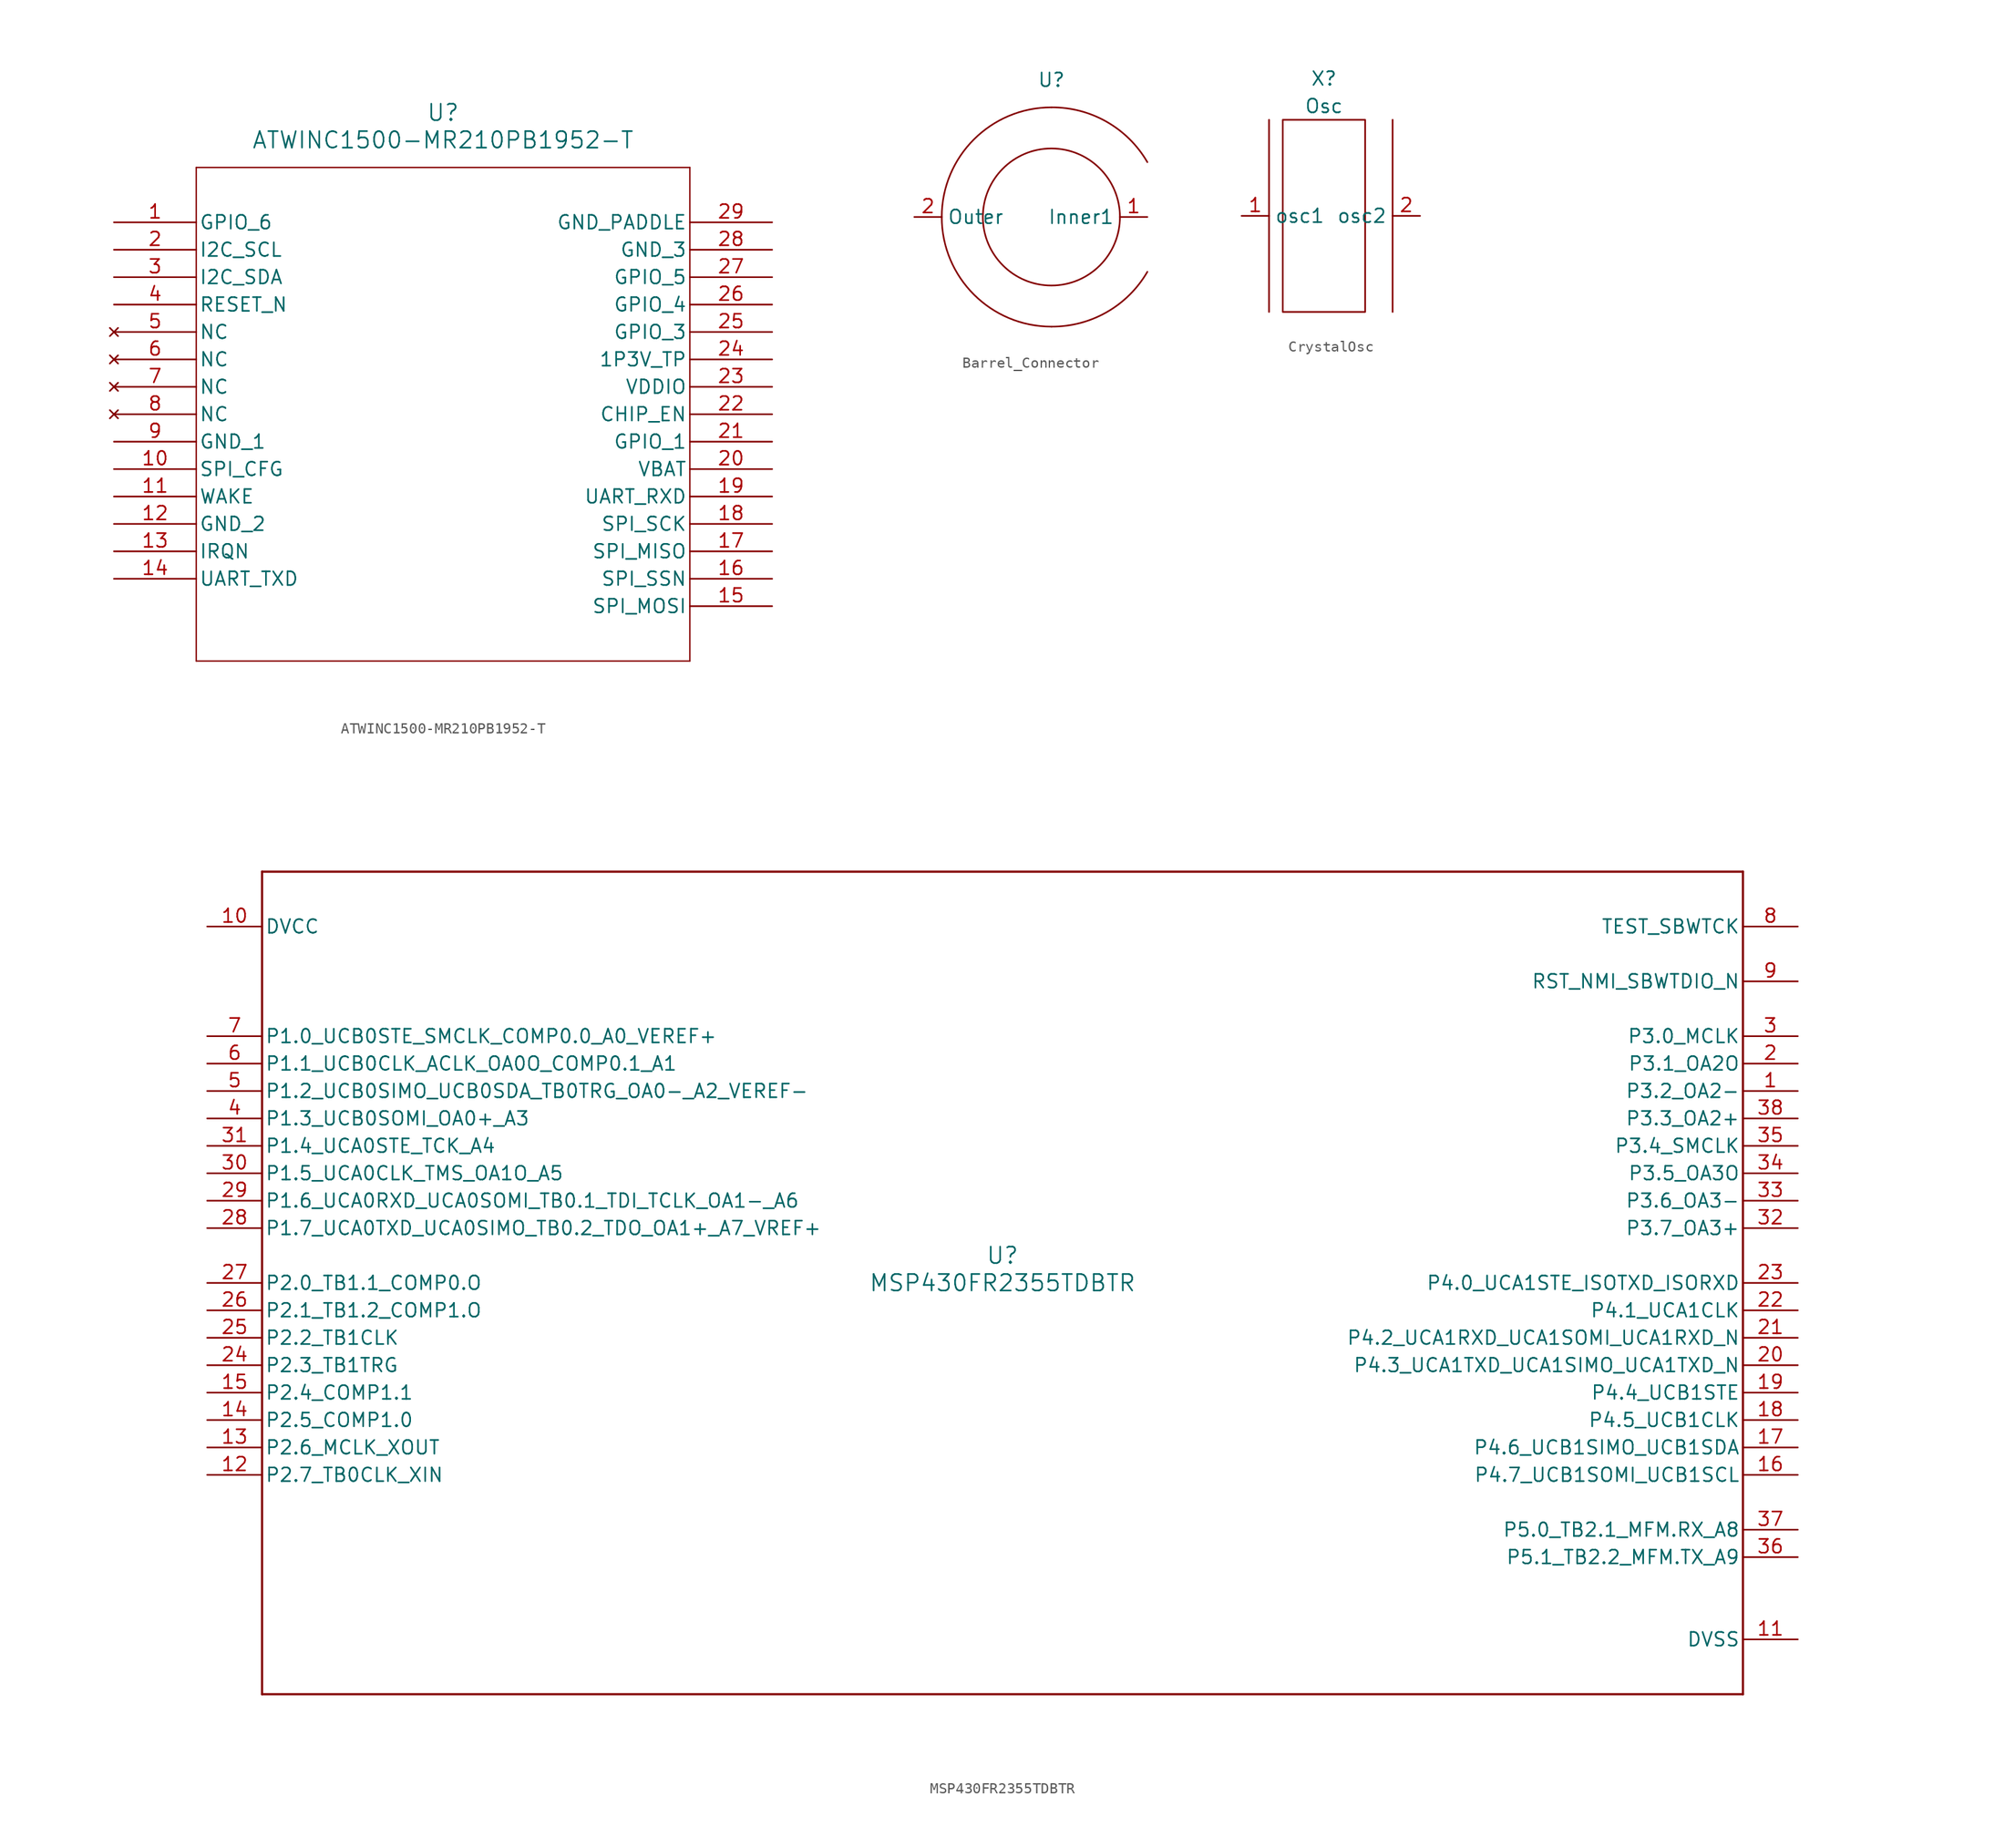
<source format=kicad_sym>
(kicad_symbol_lib
  (version 20220914)
  (generator kicad_symbol_editor)
  (symbol "ATWINC1500-MR210PB1952-T"
    (pin_names
      (offset 0.254))
    (property "Reference" "U"
      (at 30.48 10.16 0)
      (effects (font (size 1.524 1.524))))
    (property "Value" "ATWINC1500-MR210PB1952-T"
      (at 30.48 7.62 0)
      (effects (font (size 1.524 1.524))))
    (symbol "ATWINC1500-MR210PB1952-T_0_1"
      (polyline (pts (xy 7.62 -40.64) (xy 53.34 -40.64)) (stroke (width 0.127) (type default)) (fill (type none)))
      (polyline (pts (xy 7.62 5.08) (xy 7.62 -40.64)) (stroke (width 0.127) (type default)) (fill (type none)))
      (polyline (pts (xy 53.34 -40.64) (xy 53.34 5.08)) (stroke (width 0.127) (type default)) (fill (type none)))
      (polyline (pts (xy 53.34 5.08) (xy 7.62 5.08)) (stroke (width 0.127) (type default)) (fill (type none)))
      (pin bidirectional line (at 0 0 0) (length 7.62) (name "GPIO_6" (effects (font (size 1.27 1.27)))) (number "1" (effects (font (size 1.27 1.27)))))
      (pin input line (at 0 -22.86 0) (length 7.62) (name "SPI_CFG" (effects (font (size 1.27 1.27)))) (number "10" (effects (font (size 1.27 1.27)))))
      (pin input line (at 0 -25.4 0) (length 7.62) (name "WAKE" (effects (font (size 1.27 1.27)))) (number "11" (effects (font (size 1.27 1.27)))))
      (pin power_out line (at 0 -27.94 0) (length 7.62) (name "GND_2" (effects (font (size 1.27 1.27)))) (number "12" (effects (font (size 1.27 1.27)))))
      (pin output line (at 0 -30.48 0) (length 7.62) (name "IRQN" (effects (font (size 1.27 1.27)))) (number "13" (effects (font (size 1.27 1.27)))))
      (pin output line (at 0 -33.02 0) (length 7.62) (name "UART_TXD" (effects (font (size 1.27 1.27)))) (number "14" (effects (font (size 1.27 1.27)))))
      (pin input line (at 60.96 -35.56 180) (length 7.62) (name "SPI_MOSI" (effects (font (size 1.27 1.27)))) (number "15" (effects (font (size 1.27 1.27)))))
      (pin input line (at 60.96 -33.02 180) (length 7.62) (name "SPI_SSN" (effects (font (size 1.27 1.27)))) (number "16" (effects (font (size 1.27 1.27)))))
      (pin output line (at 60.96 -30.48 180) (length 7.62) (name "SPI_MISO" (effects (font (size 1.27 1.27)))) (number "17" (effects (font (size 1.27 1.27)))))
      (pin input line (at 60.96 -27.94 180) (length 7.62) (name "SPI_SCK" (effects (font (size 1.27 1.27)))) (number "18" (effects (font (size 1.27 1.27)))))
      (pin input line (at 60.96 -25.4 180) (length 7.62) (name "UART_RXD" (effects (font (size 1.27 1.27)))) (number "19" (effects (font (size 1.27 1.27)))))
      (pin bidirectional line (at 0 -2.54 0) (length 7.62) (name "I2C_SCL" (effects (font (size 1.27 1.27)))) (number "2" (effects (font (size 1.27 1.27)))))
      (pin power_in line (at 60.96 -22.86 180) (length 7.62) (name "VBAT" (effects (font (size 1.27 1.27)))) (number "20" (effects (font (size 1.27 1.27)))))
      (pin bidirectional line (at 60.96 -20.32 180) (length 7.62) (name "GPIO_1" (effects (font (size 1.27 1.27)))) (number "21" (effects (font (size 1.27 1.27)))))
      (pin input line (at 60.96 -17.78 180) (length 7.62) (name "CHIP_EN" (effects (font (size 1.27 1.27)))) (number "22" (effects (font (size 1.27 1.27)))))
      (pin power_in line (at 60.96 -15.24 180) (length 7.62) (name "VDDIO" (effects (font (size 1.27 1.27)))) (number "23" (effects (font (size 1.27 1.27)))))
      (pin unspecified line (at 60.96 -12.7 180) (length 7.62) (name "1P3V_TP" (effects (font (size 1.27 1.27)))) (number "24" (effects (font (size 1.27 1.27)))))
      (pin bidirectional line (at 60.96 -10.16 180) (length 7.62) (name "GPIO_3" (effects (font (size 1.27 1.27)))) (number "25" (effects (font (size 1.27 1.27)))))
      (pin bidirectional line (at 60.96 -7.62 180) (length 7.62) (name "GPIO_4" (effects (font (size 1.27 1.27)))) (number "26" (effects (font (size 1.27 1.27)))))
      (pin bidirectional line (at 60.96 -5.08 180) (length 7.62) (name "GPIO_5" (effects (font (size 1.27 1.27)))) (number "27" (effects (font (size 1.27 1.27)))))
      (pin power_out line (at 60.96 -2.54 180) (length 7.62) (name "GND_3" (effects (font (size 1.27 1.27)))) (number "28" (effects (font (size 1.27 1.27)))))
      (pin power_out line (at 60.96 0 180) (length 7.62) (name "GND_PADDLE" (effects (font (size 1.27 1.27)))) (number "29" (effects (font (size 1.27 1.27)))))
      (pin bidirectional line (at 0 -5.08 0) (length 7.62) (name "I2C_SDA" (effects (font (size 1.27 1.27)))) (number "3" (effects (font (size 1.27 1.27)))))
      (pin input line (at 0 -7.62 0) (length 7.62) (name "RESET_N" (effects (font (size 1.27 1.27)))) (number "4" (effects (font (size 1.27 1.27)))))
      (pin no_connect line (at 0 -10.16 0) (length 7.62) (name "NC" (effects (font (size 1.27 1.27)))) (number "5" (effects (font (size 1.27 1.27)))))
      (pin no_connect line (at 0 -12.7 0) (length 7.62) (name "NC" (effects (font (size 1.27 1.27)))) (number "6" (effects (font (size 1.27 1.27)))))
      (pin no_connect line (at 0 -15.24 0) (length 7.62) (name "NC" (effects (font (size 1.27 1.27)))) (number "7" (effects (font (size 1.27 1.27)))))
      (pin no_connect line (at 0 -17.78 0) (length 7.62) (name "NC" (effects (font (size 1.27 1.27)))) (number "8" (effects (font (size 1.27 1.27)))))
      (pin power_out line (at 0 -20.32 0) (length 7.62) (name "GND_1" (effects (font (size 1.27 1.27)))) (number "9" (effects (font (size 1.27 1.27)))))))
  (symbol "Barrel_Connector"
    (property "Reference" "U"
      (at 0 12.7 0)
      (effects (font (size 1.27 1.27))))
    (property "Value" ""
      (at 0 0 0)
      (effects (font (size 1.27 1.27))))
    (symbol "Barrel_Connector_1_1"
      (arc (start -10.16 0) (mid -7.1842 -7.1842) (end 0 -10.16) (stroke (width 0) (type default)) (fill (type none)))
      (arc (start 0 -10.16) (mid 5.1291 -8.8171) (end 8.89 -5.08) (stroke (width 0) (type default)) (fill (type none)))
      (circle (center 0 0) (radius 6.35) (stroke (width 0) (type default)) (fill (type none)))
      (arc (start 0 10.16) (mid -7.1842 7.1842) (end -10.16 0) (stroke (width 0) (type default)) (fill (type none)))
      (arc (start 8.89 5.08) (mid 5.1293 8.8175) (end 0 10.16) (stroke (width 0) (type default)) (fill (type none)))
      (pin output line (at 8.89 0 180) (length 2.54) (name "Inner1" (effects (font (size 1.27 1.27)))) (number "1" (effects (font (size 1.27 1.27)))) (alternate "3v3" output line))
      (pin input line (at -12.7 0 0) (length 2.54) (name "Outer" (effects (font (size 1.27 1.27)))) (number "2" (effects (font (size 1.27 1.27)))) (alternate "GND" input line))))
  (symbol "CrystalOsc"
    (property "Reference" "X"
      (at 0 12.7 0)
      (effects (font (size 1.27 1.27))))
    (property "Value" "Osc"
      (at 0 10.16 0)
      (effects (font (size 1.27 1.27))))
    (symbol "CrystalOsc_0_1"
      (polyline (pts (xy -5.08 8.89) (xy -5.08 -8.89)) (stroke (width 0) (type default)) (fill (type none)))
      (polyline (pts (xy 6.35 8.89) (xy 6.35 -8.89)) (stroke (width 0) (type default)) (fill (type none)))
      (polyline (pts (xy -3.81 8.89) (xy -3.81 -8.89) (xy 3.81 -8.89) (xy 3.81 8.89) (xy -3.81 8.89)) (stroke (width 0) (type default)) (fill (type none))))
    (symbol "CrystalOsc_1_1"
      (pin unspecified line (at -7.62 0 0) (length 2.54) (name "osc1" (effects (font (size 1.27 1.27)))) (number "1" (effects (font (size 1.27 1.27)))))
      (pin unspecified line (at 8.89 0 180) (length 2.54) (name "osc2" (effects (font (size 1.27 1.27)))) (number "2" (effects (font (size 1.27 1.27)))))))
  (symbol "MSP430FR2355TDBTR"
    (pin_names
      (offset 0.254))
    (property "Reference" "U"
      (at 0 2.54 0)
      (effects (font (size 1.524 1.524))))
    (property "Value" "MSP430FR2355TDBTR"
      (at 0 0 0)
      (effects (font (size 1.524 1.524))))
    (symbol "MSP430FR2355TDBTR_0_1"
      (polyline (pts (xy -68.58 -38.1) (xy 68.58 -38.1)) (stroke (width 0.203) (type default)) (fill (type none)))
      (polyline (pts (xy -68.58 38.1) (xy -68.58 -38.1)) (stroke (width 0.203) (type default)) (fill (type none)))
      (polyline (pts (xy 68.58 -38.1) (xy 68.58 38.1)) (stroke (width 0.203) (type default)) (fill (type none)))
      (polyline (pts (xy 68.58 38.1) (xy -68.58 38.1)) (stroke (width 0.203) (type default)) (fill (type none)))
      (pin bidirectional line (at 73.66 17.78 180) (length 5.08) (name "P3.2_OA2-" (effects (font (size 1.27 1.27)))) (number "1" (effects (font (size 1.27 1.27)))))
      (pin power_in line (at -73.66 33.02 0) (length 5.08) (name "DVCC" (effects (font (size 1.27 1.27)))) (number "10" (effects (font (size 1.27 1.27)))))
      (pin power_in line (at 73.66 -33.02 180) (length 5.08) (name "DVSS" (effects (font (size 1.27 1.27)))) (number "11" (effects (font (size 1.27 1.27)))))
      (pin bidirectional line (at -73.66 -17.78 0) (length 5.08) (name "P2.7_TB0CLK_XIN" (effects (font (size 1.27 1.27)))) (number "12" (effects (font (size 1.27 1.27)))))
      (pin bidirectional line (at -73.66 -15.24 0) (length 5.08) (name "P2.6_MCLK_XOUT" (effects (font (size 1.27 1.27)))) (number "13" (effects (font (size 1.27 1.27)))))
      (pin bidirectional line (at -73.66 -12.7 0) (length 5.08) (name "P2.5_COMP1.0" (effects (font (size 1.27 1.27)))) (number "14" (effects (font (size 1.27 1.27)))))
      (pin bidirectional line (at -73.66 -10.16 0) (length 5.08) (name "P2.4_COMP1.1" (effects (font (size 1.27 1.27)))) (number "15" (effects (font (size 1.27 1.27)))))
      (pin bidirectional line (at 73.66 -17.78 180) (length 5.08) (name "P4.7_UCB1SOMI_UCB1SCL" (effects (font (size 1.27 1.27)))) (number "16" (effects (font (size 1.27 1.27)))))
      (pin bidirectional line (at 73.66 -15.24 180) (length 5.08) (name "P4.6_UCB1SIMO_UCB1SDA" (effects (font (size 1.27 1.27)))) (number "17" (effects (font (size 1.27 1.27)))))
      (pin bidirectional line (at 73.66 -12.7 180) (length 5.08) (name "P4.5_UCB1CLK" (effects (font (size 1.27 1.27)))) (number "18" (effects (font (size 1.27 1.27)))))
      (pin bidirectional line (at 73.66 -10.16 180) (length 5.08) (name "P4.4_UCB1STE" (effects (font (size 1.27 1.27)))) (number "19" (effects (font (size 1.27 1.27)))))
      (pin bidirectional line (at 73.66 20.32 180) (length 5.08) (name "P3.1_OA2O" (effects (font (size 1.27 1.27)))) (number "2" (effects (font (size 1.27 1.27)))))
      (pin bidirectional line (at 73.66 -7.62 180) (length 5.08) (name "P4.3_UCA1TXD_UCA1SIMO_UCA1TXD_N" (effects (font (size 1.27 1.27)))) (number "20" (effects (font (size 1.27 1.27)))))
      (pin bidirectional line (at 73.66 -5.08 180) (length 5.08) (name "P4.2_UCA1RXD_UCA1SOMI_UCA1RXD_N" (effects (font (size 1.27 1.27)))) (number "21" (effects (font (size 1.27 1.27)))))
      (pin bidirectional line (at 73.66 -2.54 180) (length 5.08) (name "P4.1_UCA1CLK" (effects (font (size 1.27 1.27)))) (number "22" (effects (font (size 1.27 1.27)))))
      (pin bidirectional line (at 73.66 0 180) (length 5.08) (name "P4.0_UCA1STE_ISOTXD_ISORXD" (effects (font (size 1.27 1.27)))) (number "23" (effects (font (size 1.27 1.27)))))
      (pin bidirectional line (at -73.66 -7.62 0) (length 5.08) (name "P2.3_TB1TRG" (effects (font (size 1.27 1.27)))) (number "24" (effects (font (size 1.27 1.27)))))
      (pin bidirectional line (at -73.66 -5.08 0) (length 5.08) (name "P2.2_TB1CLK" (effects (font (size 1.27 1.27)))) (number "25" (effects (font (size 1.27 1.27)))))
      (pin bidirectional line (at -73.66 -2.54 0) (length 5.08) (name "P2.1_TB1.2_COMP1.O" (effects (font (size 1.27 1.27)))) (number "26" (effects (font (size 1.27 1.27)))))
      (pin bidirectional line (at -73.66 0 0) (length 5.08) (name "P2.0_TB1.1_COMP0.O" (effects (font (size 1.27 1.27)))) (number "27" (effects (font (size 1.27 1.27)))))
      (pin bidirectional line (at -73.66 5.08 0) (length 5.08) (name "P1.7_UCA0TXD_UCA0SIMO_TB0.2_TDO_OA1+_A7_VREF+" (effects (font (size 1.27 1.27)))) (number "28" (effects (font (size 1.27 1.27)))))
      (pin bidirectional line (at -73.66 7.62 0) (length 5.08) (name "P1.6_UCA0RXD_UCA0SOMI_TB0.1_TDI_TCLK_OA1-_A6" (effects (font (size 1.27 1.27)))) (number "29" (effects (font (size 1.27 1.27)))))
      (pin bidirectional line (at 73.66 22.86 180) (length 5.08) (name "P3.0_MCLK" (effects (font (size 1.27 1.27)))) (number "3" (effects (font (size 1.27 1.27)))))
      (pin bidirectional line (at -73.66 10.16 0) (length 5.08) (name "P1.5_UCA0CLK_TMS_OA1O_A5" (effects (font (size 1.27 1.27)))) (number "30" (effects (font (size 1.27 1.27)))))
      (pin bidirectional line (at -73.66 12.7 0) (length 5.08) (name "P1.4_UCA0STE_TCK_A4" (effects (font (size 1.27 1.27)))) (number "31" (effects (font (size 1.27 1.27)))))
      (pin bidirectional line (at 73.66 5.08 180) (length 5.08) (name "P3.7_OA3+" (effects (font (size 1.27 1.27)))) (number "32" (effects (font (size 1.27 1.27)))))
      (pin bidirectional line (at 73.66 7.62 180) (length 5.08) (name "P3.6_OA3-" (effects (font (size 1.27 1.27)))) (number "33" (effects (font (size 1.27 1.27)))))
      (pin bidirectional line (at 73.66 10.16 180) (length 5.08) (name "P3.5_OA3O" (effects (font (size 1.27 1.27)))) (number "34" (effects (font (size 1.27 1.27)))))
      (pin bidirectional line (at 73.66 12.7 180) (length 5.08) (name "P3.4_SMCLK" (effects (font (size 1.27 1.27)))) (number "35" (effects (font (size 1.27 1.27)))))
      (pin bidirectional line (at 73.66 -25.4 180) (length 5.08) (name "P5.1_TB2.2_MFM.TX_A9" (effects (font (size 1.27 1.27)))) (number "36" (effects (font (size 1.27 1.27)))))
      (pin bidirectional line (at 73.66 -22.86 180) (length 5.08) (name "P5.0_TB2.1_MFM.RX_A8" (effects (font (size 1.27 1.27)))) (number "37" (effects (font (size 1.27 1.27)))))
      (pin bidirectional line (at 73.66 15.24 180) (length 5.08) (name "P3.3_OA2+" (effects (font (size 1.27 1.27)))) (number "38" (effects (font (size 1.27 1.27)))))
      (pin bidirectional line (at -73.66 15.24 0) (length 5.08) (name "P1.3_UCB0SOMI_OA0+_A3" (effects (font (size 1.27 1.27)))) (number "4" (effects (font (size 1.27 1.27)))))
      (pin bidirectional line (at -73.66 17.78 0) (length 5.08) (name "P1.2_UCB0SIMO_UCB0SDA_TB0TRG_OA0-_A2_VEREF-" (effects (font (size 1.27 1.27)))) (number "5" (effects (font (size 1.27 1.27)))))
      (pin bidirectional line (at -73.66 20.32 0) (length 5.08) (name "P1.1_UCB0CLK_ACLK_OA0O_COMP0.1_A1" (effects (font (size 1.27 1.27)))) (number "6" (effects (font (size 1.27 1.27)))))
      (pin bidirectional line (at -73.66 22.86 0) (length 5.08) (name "P1.0_UCB0STE_SMCLK_COMP0.0_A0_VEREF+" (effects (font (size 1.27 1.27)))) (number "7" (effects (font (size 1.27 1.27)))))
      (pin input line (at 73.66 33.02 180) (length 5.08) (name "TEST_SBWTCK" (effects (font (size 1.27 1.27)))) (number "8" (effects (font (size 1.27 1.27)))))
      (pin bidirectional line (at 73.66 27.94 180) (length 5.08) (name "RST_NMI_SBWTDIO_N" (effects (font (size 1.27 1.27)))) (number "9" (effects (font (size 1.27 1.27))))))))
</source>
